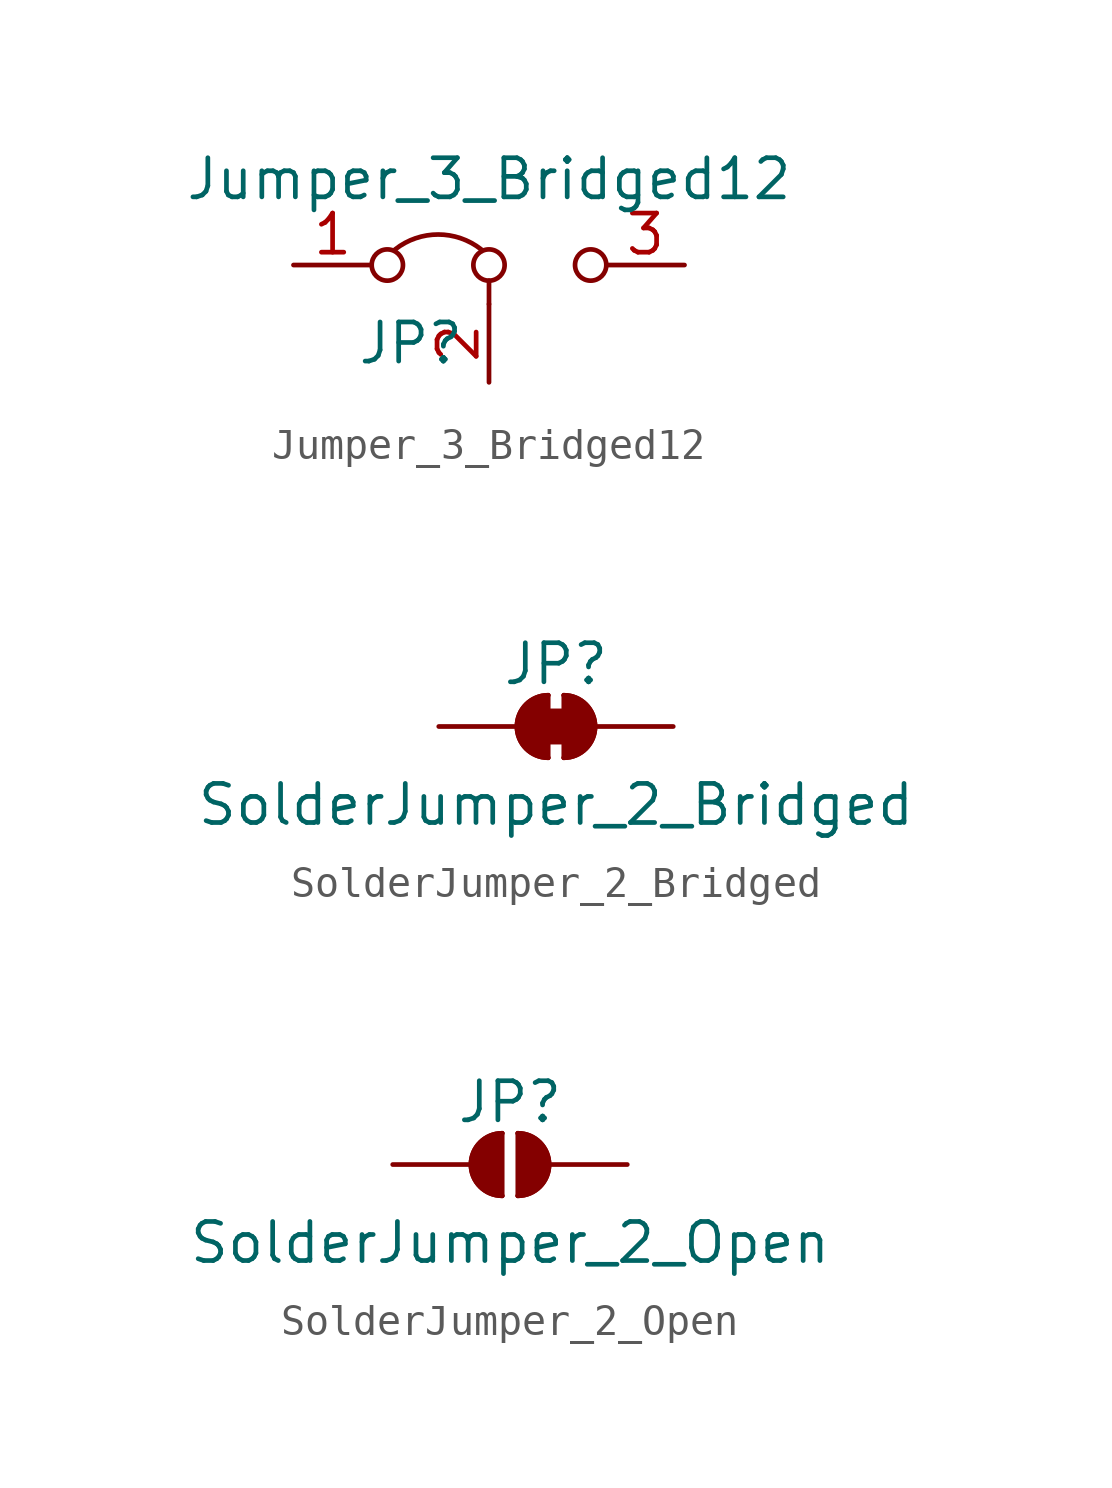
<source format=kicad_sym>
(kicad_symbol_lib
  (version 20241209)
  (generator "kicad_symbol_editor")
  (generator_version "9.0")
  (symbol "Jumper_3_Bridged12"
    (pin_names
      (offset 0)
      (hide yes))
    (property "Reference" "JP"
      (at -2.54 -2.54 0)
      (effects (font (size 1.27 1.27))))
    (property "Value" "Jumper_3_Bridged12"
      (at 0 2.794 0)
      (effects (font (size 1.27 1.27))))
    (symbol "Jumper_3_Bridged12_0_0"
      (circle (center -3.302 0) (radius 0.508) (stroke (width 0) (type default)) (fill (type none)))
      (circle (center 0 0) (radius 0.508) (stroke (width 0) (type default)) (fill (type none)))
      (circle (center 3.302 0) (radius 0.508) (stroke (width 0) (type default)) (fill (type none))))
    (symbol "Jumper_3_Bridged12_0_1"
      (arc (start -3.048 0.508) (mid -1.651 0.9912) (end -0.254 0.508) (stroke (width 0) (type default)) (fill (type none)))
      (polyline (pts (xy 0 -1.27) (xy 0 -0.508)) (stroke (width 0) (type default)) (fill (type none))))
    (symbol "Jumper_3_Bridged12_1_1"
      (pin passive line (at -6.35 0 0) (length 2.54) (name "A" (effects (font (size 1.27 1.27)))) (number "1" (effects (font (size 1.27 1.27)))))
      (pin passive line (at 0 -3.81 90) (length 2.54) (name "C" (effects (font (size 1.27 1.27)))) (number "2" (effects (font (size 1.27 1.27)))))
      (pin passive line (at 6.35 0 180) (length 2.54) (name "B" (effects (font (size 1.27 1.27)))) (number "3" (effects (font (size 1.27 1.27)))))))
  (symbol "SolderJumper_2_Bridged"
    (pin_numbers
      (hide yes))
    (pin_names
      (offset 0)
      (hide yes))
    (property "Reference" "JP"
      (at 0 2.032 0)
      (effects (font (size 1.27 1.27))))
    (property "Value" "SolderJumper_2_Bridged"
      (at 0 -2.54 0)
      (effects (font (size 1.27 1.27))))
    (symbol "SolderJumper_2_Bridged_0_1"
      (rectangle (start -0.508 0.508) (end 0.508 -0.508) (stroke (width 0) (type default)) (fill (type outline)))
      (polyline (pts (xy -0.254 1.016) (xy -0.254 -1.016)) (stroke (width 0) (type default)) (fill (type none)))
      (arc (start -0.254 -1.016) (mid -1.2656 0) (end -0.254 1.016) (stroke (width 0) (type default)) (fill (type none)))
      (arc (start -0.254 -1.016) (mid -1.2656 0) (end -0.254 1.016) (stroke (width 0) (type default)) (fill (type outline)))
      (arc (start 0.254 1.016) (mid 1.2656 0) (end 0.254 -1.016) (stroke (width 0) (type default)) (fill (type none)))
      (arc (start 0.254 1.016) (mid 1.2656 0) (end 0.254 -1.016) (stroke (width 0) (type default)) (fill (type outline)))
      (polyline (pts (xy 0.254 1.016) (xy 0.254 -1.016)) (stroke (width 0) (type default)) (fill (type none))))
    (symbol "SolderJumper_2_Bridged_1_1"
      (pin passive line (at -3.81 0 0) (length 2.54) (name "A" (effects (font (size 1.27 1.27)))) (number "1" (effects (font (size 1.27 1.27)))))
      (pin passive line (at 3.81 0 180) (length 2.54) (name "B" (effects (font (size 1.27 1.27)))) (number "2" (effects (font (size 1.27 1.27)))))))
  (symbol "SolderJumper_2_Open"
    (pin_numbers
      (hide yes))
    (pin_names
      (offset 0)
      (hide yes))
    (property "Reference" "JP"
      (at 0 2.032 0)
      (effects (font (size 1.27 1.27))))
    (property "Value" "SolderJumper_2_Open"
      (at 0 -2.54 0)
      (effects (font (size 1.27 1.27))))
    (symbol "SolderJumper_2_Open_0_1"
      (polyline (pts (xy -0.254 1.016) (xy -0.254 -1.016)) (stroke (width 0) (type default)) (fill (type none)))
      (arc (start -0.254 -1.016) (mid -1.2656 0) (end -0.254 1.016) (stroke (width 0) (type default)) (fill (type none)))
      (arc (start -0.254 -1.016) (mid -1.2656 0) (end -0.254 1.016) (stroke (width 0) (type default)) (fill (type outline)))
      (arc (start 0.254 1.016) (mid 1.2656 0) (end 0.254 -1.016) (stroke (width 0) (type default)) (fill (type none)))
      (arc (start 0.254 1.016) (mid 1.2656 0) (end 0.254 -1.016) (stroke (width 0) (type default)) (fill (type outline)))
      (polyline (pts (xy 0.254 1.016) (xy 0.254 -1.016)) (stroke (width 0) (type default)) (fill (type none))))
    (symbol "SolderJumper_2_Open_1_1"
      (pin passive line (at -3.81 0 0) (length 2.54) (name "A" (effects (font (size 1.27 1.27)))) (number "1" (effects (font (size 1.27 1.27)))))
      (pin passive line (at 3.81 0 180) (length 2.54) (name "B" (effects (font (size 1.27 1.27)))) (number "2" (effects (font (size 1.27 1.27))))))))
</source>
